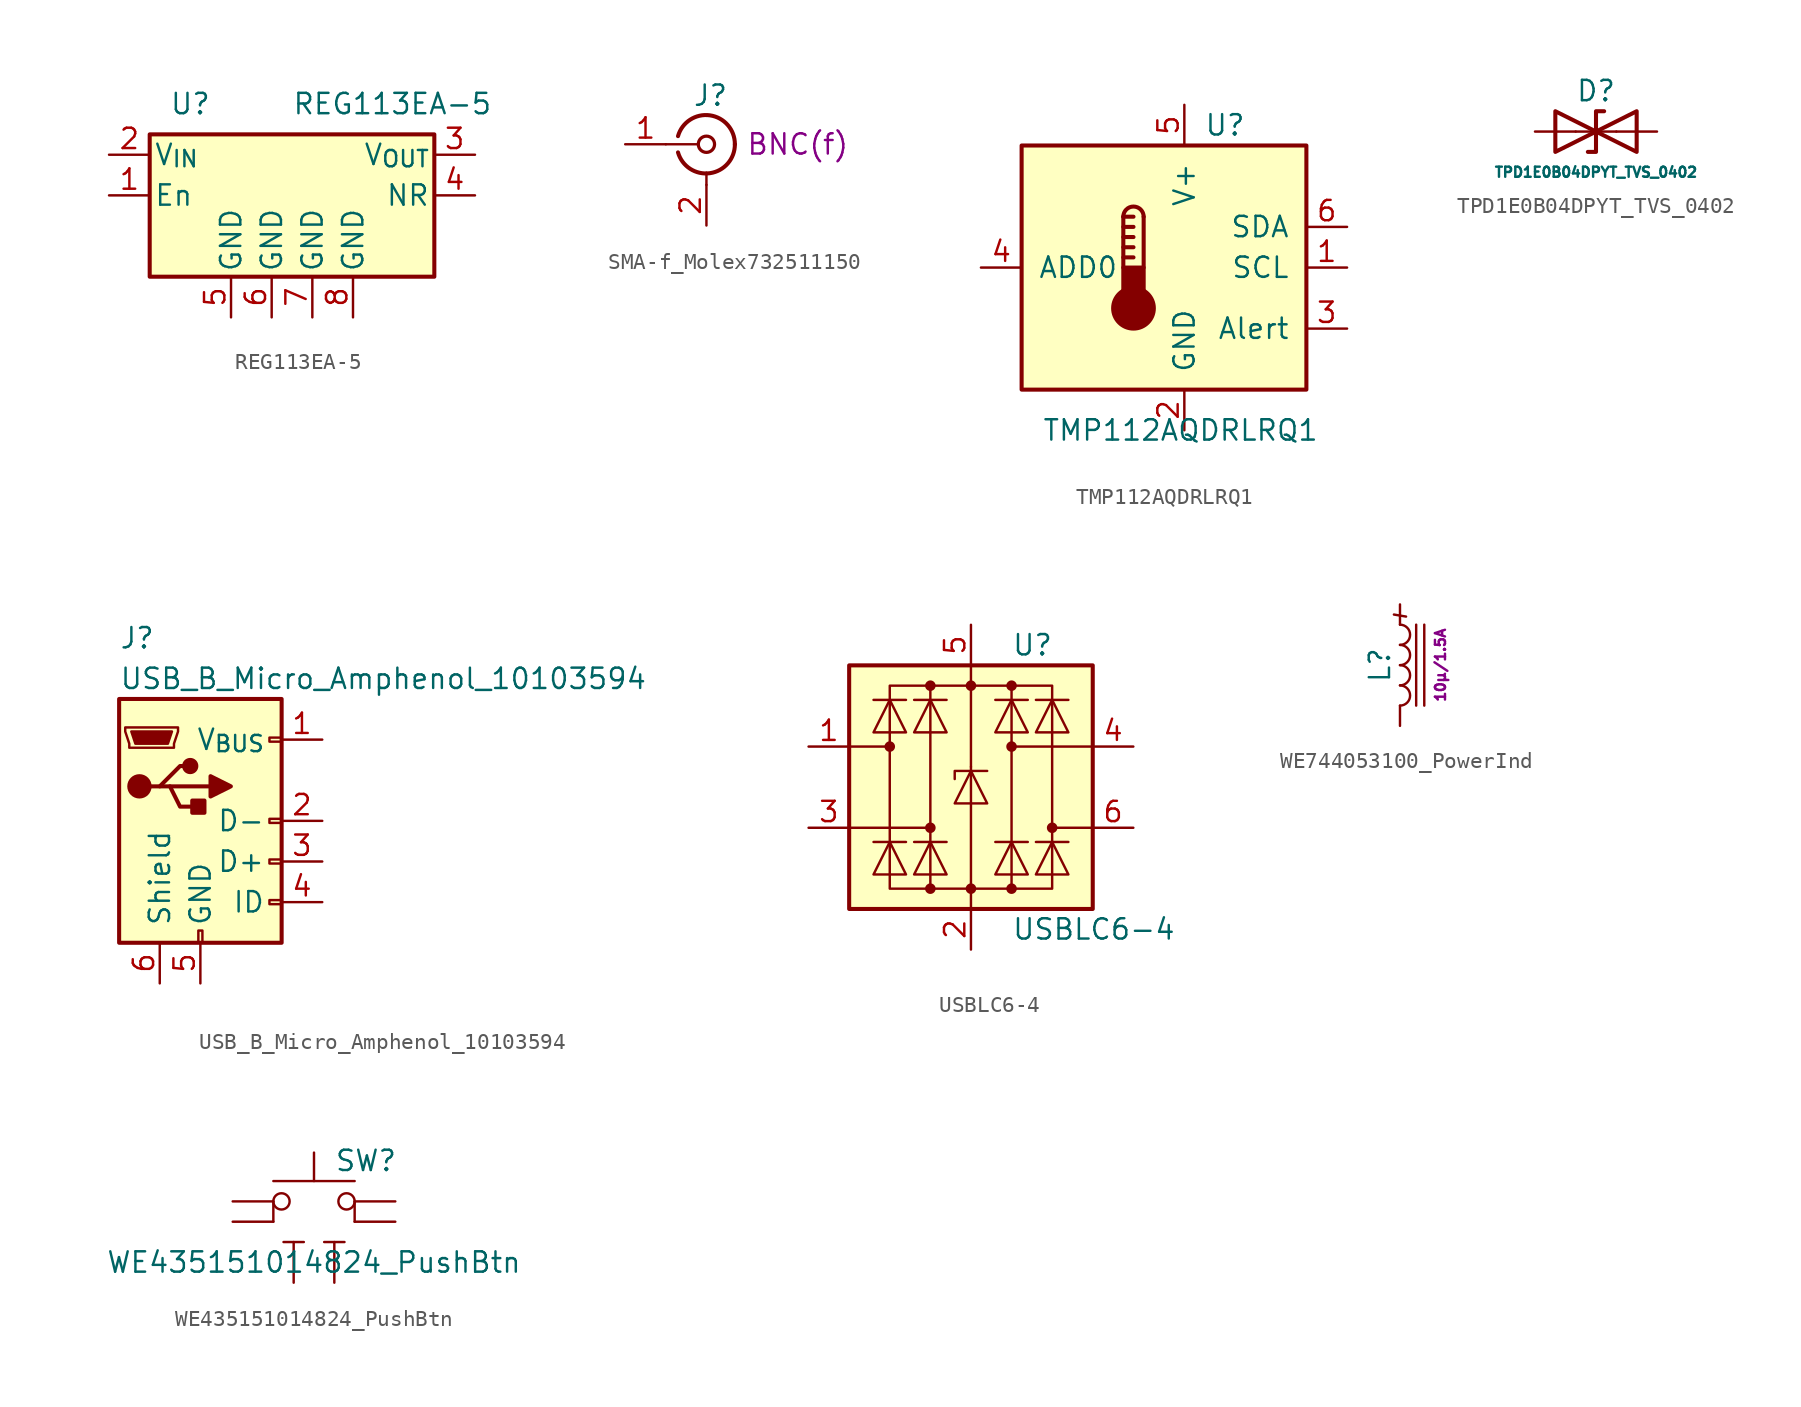
<source format=kicad_sym>
(kicad_symbol_lib
  (version 20211014)
  (generator kicad_symbol_editor)
  (symbol "REG113EA-5"
    (pin_names
      (offset 0.254))
    (property "Reference" "U"
      (at -6.35 5.715 0)
      (effects (font (size 1.27 1.27))))
    (property "Value" "REG113EA-5"
      (at 0 5.715 0)
      (effects (font (size 1.27 1.27)) (justify left)))
    (symbol "REG113EA-5_0_1"
      (rectangle (start -8.89 -5.08) (end 8.89 3.81) (stroke (width 0.254) (type default) (color 0 0 0 0)) (fill (type background))))
    (symbol "REG113EA-5_1_1"
      (pin input line (at -11.43 0 0) (length 2.54) (name "En" (effects (font (size 1.27 1.27)))) (number "1" (effects (font (size 1.27 1.27)))))
      (pin power_in line (at -11.43 2.54 0) (length 2.54) (name "V_{IN}" (effects (font (size 1.27 1.27)))) (number "2" (effects (font (size 1.27 1.27)))))
      (pin power_out line (at 11.43 2.54 180) (length 2.54) (name "V_{OUT}" (effects (font (size 1.27 1.27)))) (number "3" (effects (font (size 1.27 1.27)))))
      (pin passive line (at 11.43 0 180) (length 2.54) (name "NR" (effects (font (size 1.27 1.27)))) (number "4" (effects (font (size 1.27 1.27)))))
      (pin power_in line (at -3.81 -7.62 90) (length 2.54) (name "GND" (effects (font (size 1.27 1.27)))) (number "5" (effects (font (size 1.27 1.27)))))
      (pin power_in line (at -1.27 -7.62 90) (length 2.54) (name "GND" (effects (font (size 1.27 1.27)))) (number "6" (effects (font (size 1.27 1.27)))))
      (pin power_in line (at 1.27 -7.62 90) (length 2.54) (name "GND" (effects (font (size 1.27 1.27)))) (number "7" (effects (font (size 1.27 1.27)))))
      (pin power_in line (at 3.81 -7.62 90) (length 2.54) (name "GND" (effects (font (size 1.27 1.27)))) (number "8" (effects (font (size 1.27 1.27)))))))
  (symbol "SMA-f_Molex732511150"
    (pin_names
      (offset 1.016) hide)
    (property "Reference" "J"
      (at 0.254 3.048 0)
      (effects (font (size 1.27 1.27))))
    (property "Params" "BNC(f)"
      (at 5.715 0 0)
      (effects (font (size 1.27 1.27))))
    (symbol "SMA-f_Molex732511150_0_1"
      (arc (start -1.778 -0.508) (mid 0.2311 -1.8066) (end 1.778 0) (stroke (width 0.254) (type default) (color 0 0 0 0)) (fill (type none)))
      (polyline (pts (xy -2.54 0) (xy -0.508 0)) (stroke (width 0) (type default) (color 0 0 0 0)) (fill (type none)))
      (polyline (pts (xy 0 -2.54) (xy 0 -1.778)) (stroke (width 0) (type default) (color 0 0 0 0)) (fill (type none)))
      (circle (center 0 0) (radius 0.508) (stroke (width 0.203) (type default) (color 0 0 0 0)) (fill (type none)))
      (arc (start 1.778 0) (mid 0.2099 1.8101) (end -1.778 0.508) (stroke (width 0.254) (type default) (color 0 0 0 0)) (fill (type none))))
    (symbol "SMA-f_Molex732511150_1_1"
      (pin passive line (at -5.08 0 0) (length 2.54) (name "In" (effects (font (size 1.27 1.27)))) (number "1" (effects (font (size 1.27 1.27)))))
      (pin passive line (at 0 -5.08 90) (length 2.54) (name "Ext" (effects (font (size 1.27 1.27)))) (number "2" (effects (font (size 1.27 1.27)))))))
  (symbol "TMP112AQDRLRQ1"
    (pin_names
      (offset 1.016))
    (property "Reference" "U"
      (at 2.54 8.89 0)
      (effects (font (size 1.27 1.27))))
    (property "Value" "TMP112AQDRLRQ1"
      (at -8.89 -10.16 0)
      (effects (font (size 1.27 1.27)) (justify left)))
    (symbol "TMP112AQDRLRQ1_0_1"
      (rectangle (start -10.16 7.62) (end 7.62 -7.62) (stroke (width 0.254) (type default) (color 0 0 0 0)) (fill (type background)))
      (circle (center -3.175 -2.54) (radius 1.27) (stroke (width 0.254) (type default) (color 0 0 0 0)) (fill (type outline)))
      (rectangle (start -2.54 -1.905) (end -3.81 0) (stroke (width 0.254) (type default) (color 0 0 0 0)) (fill (type outline)))
      (arc (start -2.54 3.175) (mid -3.175 3.81) (end -3.81 3.175) (stroke (width 0.254) (type default) (color 0 0 0 0)) (fill (type none)))
      (polyline (pts (xy -3.81 0.635) (xy -3.175 0.635)) (stroke (width 0.254) (type default) (color 0 0 0 0)) (fill (type none)))
      (polyline (pts (xy -3.81 1.27) (xy -3.175 1.27)) (stroke (width 0.254) (type default) (color 0 0 0 0)) (fill (type none)))
      (polyline (pts (xy -3.81 1.905) (xy -3.175 1.905)) (stroke (width 0.254) (type default) (color 0 0 0 0)) (fill (type none)))
      (polyline (pts (xy -3.81 2.54) (xy -3.175 2.54)) (stroke (width 0.254) (type default) (color 0 0 0 0)) (fill (type none)))
      (polyline (pts (xy -3.81 3.175) (xy -3.81 0)) (stroke (width 0.254) (type default) (color 0 0 0 0)) (fill (type none)))
      (polyline (pts (xy -3.81 3.175) (xy -3.175 3.175)) (stroke (width 0.254) (type default) (color 0 0 0 0)) (fill (type none)))
      (polyline (pts (xy -2.54 3.175) (xy -2.54 0)) (stroke (width 0.254) (type default) (color 0 0 0 0)) (fill (type none))))
    (symbol "TMP112AQDRLRQ1_1_1"
      (pin open_collector line (at 10.16 0 180) (length 2.54) (name "SCL" (effects (font (size 1.27 1.27)))) (number "1" (effects (font (size 1.27 1.27)))))
      (pin power_in line (at 0 -10.16 90) (length 2.54) (name "GND" (effects (font (size 1.27 1.27)))) (number "2" (effects (font (size 1.27 1.27)))))
      (pin open_collector line (at 10.16 -3.81 180) (length 2.54) (name "Alert" (effects (font (size 1.27 1.27)))) (number "3" (effects (font (size 1.27 1.27)))))
      (pin input line (at -12.7 0 0) (length 2.54) (name "ADD0" (effects (font (size 1.27 1.27)))) (number "4" (effects (font (size 1.27 1.27)))))
      (pin power_in line (at 0 10.16 270) (length 2.54) (name "V+" (effects (font (size 1.27 1.27)))) (number "5" (effects (font (size 1.27 1.27)))))
      (pin open_collector line (at 10.16 2.54 180) (length 2.54) (name "SDA" (effects (font (size 1.27 1.27)))) (number "6" (effects (font (size 1.27 1.27)))))))
  (symbol "TPD1E0B04DPYT_TVS_0402"
    (pin_numbers hide)
    (pin_names
      (offset 1.016) hide)
    (property "Reference" "D"
      (at 0 2.54 0)
      (effects (font (size 1.27 1.27))))
    (property "Value" "TPD1E0B04DPYT_TVS_0402"
      (at 0 -2.54 0)
      (effects (font (size 0.63 0.63))))
    (symbol "TPD1E0B04DPYT_TVS_0402_0_1"
      (polyline (pts (xy 1.27 0) (xy -1.27 0)) (stroke (width 0) (type default) (color 0 0 0 0)) (fill (type none)))
      (polyline (pts (xy 0.508 1.27) (xy 0 1.27) (xy 0 -1.27) (xy -0.508 -1.27)) (stroke (width 0.254) (type default) (color 0 0 0 0)) (fill (type none)))
      (polyline (pts (xy -2.54 1.27) (xy -2.54 -1.27) (xy 2.54 1.27) (xy 2.54 -1.27) (xy -2.54 1.27)) (stroke (width 0.254) (type default) (color 0 0 0 0)) (fill (type none))))
    (symbol "TPD1E0B04DPYT_TVS_0402_1_1"
      (pin passive line (at -3.81 0 0) (length 2.54) (name "A1" (effects (font (size 1.27 1.27)))) (number "1" (effects (font (size 1.27 1.27)))))
      (pin passive line (at 3.81 0 180) (length 2.54) (name "A2" (effects (font (size 1.27 1.27)))) (number "2" (effects (font (size 1.27 1.27)))))))
  (symbol "USB_B_Micro_Amphenol_10103594"
    (pin_names
      (offset 1.016))
    (property "Reference" "J"
      (at -5.08 11.43 0)
      (effects (font (size 1.27 1.27)) (justify left)))
    (property "Value" "USB_B_Micro_Amphenol_10103594"
      (at -5.08 8.89 0)
      (effects (font (size 1.27 1.27)) (justify left)))
    (symbol "USB_B_Micro_Amphenol_10103594_0_1"
      (rectangle (start -5.08 -7.62) (end 5.08 7.62) (stroke (width 0.254) (type default) (color 0 0 0 0)) (fill (type background)))
      (circle (center -3.81 2.159) (radius 0.635) (stroke (width 0.254) (type default) (color 0 0 0 0)) (fill (type outline)))
      (circle (center -0.635 3.429) (radius 0.381) (stroke (width 0.254) (type default) (color 0 0 0 0)) (fill (type outline)))
      (rectangle (start -0.127 -7.62) (end 0.127 -6.858) (stroke (width 0) (type default) (color 0 0 0 0)) (fill (type none)))
      (polyline (pts (xy -1.905 2.159) (xy 0.635 2.159)) (stroke (width 0.254) (type default) (color 0 0 0 0)) (fill (type none)))
      (polyline (pts (xy -3.175 2.159) (xy -2.54 2.159) (xy -1.27 3.429) (xy -0.635 3.429)) (stroke (width 0.254) (type default) (color 0 0 0 0)) (fill (type none)))
      (polyline (pts (xy -2.54 2.159) (xy -1.905 2.159) (xy -1.27 0.889) (xy 0 0.889)) (stroke (width 0.254) (type default) (color 0 0 0 0)) (fill (type none)))
      (polyline (pts (xy 0.635 2.794) (xy 0.635 1.524) (xy 1.905 2.159) (xy 0.635 2.794)) (stroke (width 0.254) (type default) (color 0 0 0 0)) (fill (type outline)))
      (polyline (pts (xy -4.318 5.588) (xy -1.778 5.588) (xy -2.032 4.826) (xy -4.064 4.826) (xy -4.318 5.588)) (stroke (width 0) (type default) (color 0 0 0 0)) (fill (type outline)))
      (polyline (pts (xy -4.699 5.842) (xy -4.699 5.588) (xy -4.445 4.826) (xy -4.445 4.572) (xy -1.651 4.572) (xy -1.651 4.826) (xy -1.397 5.588) (xy -1.397 5.842) (xy -4.699 5.842)) (stroke (width 0) (type default) (color 0 0 0 0)) (fill (type none)))
      (rectangle (start 0.254 1.27) (end -0.508 0.508) (stroke (width 0.254) (type default) (color 0 0 0 0)) (fill (type outline)))
      (rectangle (start 5.08 -5.207) (end 4.318 -4.953) (stroke (width 0) (type default) (color 0 0 0 0)) (fill (type none)))
      (rectangle (start 5.08 -2.667) (end 4.318 -2.413) (stroke (width 0) (type default) (color 0 0 0 0)) (fill (type none)))
      (rectangle (start 5.08 -0.127) (end 4.318 0.127) (stroke (width 0) (type default) (color 0 0 0 0)) (fill (type none)))
      (rectangle (start 5.08 4.953) (end 4.318 5.207) (stroke (width 0) (type default) (color 0 0 0 0)) (fill (type none))))
    (symbol "USB_B_Micro_Amphenol_10103594_1_1"
      (pin power_out line (at 7.62 5.08 180) (length 2.54) (name "V_{BUS}" (effects (font (size 1.27 1.27)))) (number "1" (effects (font (size 1.27 1.27)))))
      (pin bidirectional line (at 7.62 0 180) (length 2.54) (name "D-" (effects (font (size 1.27 1.27)))) (number "2" (effects (font (size 1.27 1.27)))))
      (pin bidirectional line (at 7.62 -2.54 180) (length 2.54) (name "D+" (effects (font (size 1.27 1.27)))) (number "3" (effects (font (size 1.27 1.27)))))
      (pin passive line (at 7.62 -5.08 180) (length 2.54) (name "ID" (effects (font (size 1.27 1.27)))) (number "4" (effects (font (size 1.27 1.27)))))
      (pin power_out line (at 0 -10.16 90) (length 2.54) (name "GND" (effects (font (size 1.27 1.27)))) (number "5" (effects (font (size 1.27 1.27)))))
      (pin passive line (at -2.54 -10.16 90) (length 2.54) (name "Shield" (effects (font (size 1.27 1.27)))) (number "6" (effects (font (size 1.27 1.27)))))))
  (symbol "USBLC6-4"
    (pin_names hide)
    (property "Reference" "U"
      (at 2.54 8.89 0)
      (effects (font (size 1.27 1.27)) (justify left)))
    (property "Value" "USBLC6-4"
      (at 2.54 -8.89 0)
      (effects (font (size 1.27 1.27)) (justify left)))
    (symbol "USBLC6-4_0_1"
      (rectangle (start -7.62 -7.62) (end 7.62 7.62) (stroke (width 0.254) (type default) (color 0 0 0 0)) (fill (type background)))
      (circle (center -5.08 2.54) (radius 0.254) (stroke (width 0) (type default) (color 0 0 0 0)) (fill (type outline)))
      (circle (center -2.54 -6.35) (radius 0.254) (stroke (width 0) (type default) (color 0 0 0 0)) (fill (type outline)))
      (circle (center -2.54 -2.54) (radius 0.254) (stroke (width 0) (type default) (color 0 0 0 0)) (fill (type outline)))
      (circle (center -2.54 6.35) (radius 0.254) (stroke (width 0) (type default) (color 0 0 0 0)) (fill (type outline)))
      (rectangle (start -2.54 6.35) (end 2.54 -6.35) (stroke (width 0) (type default) (color 0 0 0 0)) (fill (type none)))
      (circle (center 0 -6.35) (radius 0.254) (stroke (width 0) (type default) (color 0 0 0 0)) (fill (type outline)))
      (polyline (pts (xy -5.08 2.54) (xy -7.62 2.54)) (stroke (width 0) (type default) (color 0 0 0 0)) (fill (type none)))
      (polyline (pts (xy -4.064 -3.429) (xy -6.096 -3.429)) (stroke (width 0) (type default) (color 0 0 0 0)) (fill (type none)))
      (polyline (pts (xy -4.064 5.461) (xy -6.096 5.461)) (stroke (width 0) (type default) (color 0 0 0 0)) (fill (type none)))
      (polyline (pts (xy -2.54 -2.54) (xy -7.62 -2.54)) (stroke (width 0) (type default) (color 0 0 0 0)) (fill (type none)))
      (polyline (pts (xy -1.524 -3.429) (xy -3.556 -3.429)) (stroke (width 0) (type default) (color 0 0 0 0)) (fill (type none)))
      (polyline (pts (xy -1.524 5.461) (xy -3.556 5.461)) (stroke (width 0) (type default) (color 0 0 0 0)) (fill (type none)))
      (polyline (pts (xy 0 -7.62) (xy 0 -6.35)) (stroke (width 0) (type default) (color 0 0 0 0)) (fill (type none)))
      (polyline (pts (xy 0 -6.35) (xy 0 1.27)) (stroke (width 0) (type default) (color 0 0 0 0)) (fill (type none)))
      (polyline (pts (xy 0 1.27) (xy 0 6.35)) (stroke (width 0) (type default) (color 0 0 0 0)) (fill (type none)))
      (polyline (pts (xy 0 6.35) (xy 0 7.62)) (stroke (width 0) (type default) (color 0 0 0 0)) (fill (type none)))
      (polyline (pts (xy 1.524 -3.429) (xy 3.556 -3.429)) (stroke (width 0) (type default) (color 0 0 0 0)) (fill (type none)))
      (polyline (pts (xy 1.524 5.461) (xy 3.556 5.461)) (stroke (width 0) (type default) (color 0 0 0 0)) (fill (type none)))
      (polyline (pts (xy 2.54 2.54) (xy 7.62 2.54)) (stroke (width 0) (type default) (color 0 0 0 0)) (fill (type none)))
      (polyline (pts (xy 4.064 -3.429) (xy 6.096 -3.429)) (stroke (width 0) (type default) (color 0 0 0 0)) (fill (type none)))
      (polyline (pts (xy 4.064 5.461) (xy 6.096 5.461)) (stroke (width 0) (type default) (color 0 0 0 0)) (fill (type none)))
      (polyline (pts (xy 5.08 -2.54) (xy 7.62 -2.54)) (stroke (width 0) (type default) (color 0 0 0 0)) (fill (type none)))
      (polyline (pts (xy -6.096 -5.461) (xy -4.064 -5.461) (xy -5.08 -3.429) (xy -6.096 -5.461)) (stroke (width 0) (type default) (color 0 0 0 0)) (fill (type none)))
      (polyline (pts (xy -6.096 3.429) (xy -4.064 3.429) (xy -5.08 5.461) (xy -6.096 3.429)) (stroke (width 0) (type default) (color 0 0 0 0)) (fill (type none)))
      (polyline (pts (xy -3.556 -5.461) (xy -1.524 -5.461) (xy -2.54 -3.429) (xy -3.556 -5.461)) (stroke (width 0) (type default) (color 0 0 0 0)) (fill (type none)))
      (polyline (pts (xy -3.556 3.429) (xy -1.524 3.429) (xy -2.54 5.461) (xy -3.556 3.429)) (stroke (width 0) (type default) (color 0 0 0 0)) (fill (type none)))
      (polyline (pts (xy -2.54 6.35) (xy -5.08 6.35) (xy -5.08 -6.35) (xy -2.54 -6.35)) (stroke (width 0) (type default) (color 0 0 0 0)) (fill (type none)))
      (polyline (pts (xy -1.016 -1.016) (xy 1.016 -1.016) (xy 0 1.016) (xy -1.016 -1.016)) (stroke (width 0) (type default) (color 0 0 0 0)) (fill (type none)))
      (polyline (pts (xy 1.016 1.016) (xy 0.762 1.016) (xy -1.016 1.016) (xy -1.016 0.508)) (stroke (width 0) (type default) (color 0 0 0 0)) (fill (type none)))
      (polyline (pts (xy 2.54 6.35) (xy 5.08 6.35) (xy 5.08 -6.35) (xy 2.54 -6.35)) (stroke (width 0) (type default) (color 0 0 0 0)) (fill (type none)))
      (polyline (pts (xy 3.556 -5.461) (xy 1.524 -5.461) (xy 2.54 -3.429) (xy 3.556 -5.461)) (stroke (width 0) (type default) (color 0 0 0 0)) (fill (type none)))
      (polyline (pts (xy 3.556 3.429) (xy 1.524 3.429) (xy 2.54 5.461) (xy 3.556 3.429)) (stroke (width 0) (type default) (color 0 0 0 0)) (fill (type none)))
      (polyline (pts (xy 6.096 -5.461) (xy 4.064 -5.461) (xy 5.08 -3.429) (xy 6.096 -5.461)) (stroke (width 0) (type default) (color 0 0 0 0)) (fill (type none)))
      (polyline (pts (xy 6.096 3.429) (xy 4.064 3.429) (xy 5.08 5.461) (xy 6.096 3.429)) (stroke (width 0) (type default) (color 0 0 0 0)) (fill (type none)))
      (circle (center 0 6.35) (radius 0.254) (stroke (width 0) (type default) (color 0 0 0 0)) (fill (type outline)))
      (circle (center 2.54 -6.35) (radius 0.254) (stroke (width 0) (type default) (color 0 0 0 0)) (fill (type outline)))
      (circle (center 2.54 2.54) (radius 0.254) (stroke (width 0) (type default) (color 0 0 0 0)) (fill (type outline)))
      (circle (center 2.54 6.35) (radius 0.254) (stroke (width 0) (type default) (color 0 0 0 0)) (fill (type outline)))
      (circle (center 5.08 -2.54) (radius 0.254) (stroke (width 0) (type default) (color 0 0 0 0)) (fill (type outline))))
    (symbol "USBLC6-4_1_1"
      (pin passive line (at -10.16 2.54 0) (length 2.54) (name "I/O1" (effects (font (size 1.27 1.27)))) (number "1" (effects (font (size 1.27 1.27)))))
      (pin passive line (at 0 -10.16 90) (length 2.54) (name "GND" (effects (font (size 1.27 1.27)))) (number "2" (effects (font (size 1.27 1.27)))))
      (pin passive line (at -10.16 -2.54 0) (length 2.54) (name "I/O2" (effects (font (size 1.27 1.27)))) (number "3" (effects (font (size 1.27 1.27)))))
      (pin passive line (at 10.16 2.54 180) (length 2.54) (name "I/O3" (effects (font (size 1.27 1.27)))) (number "4" (effects (font (size 1.27 1.27)))))
      (pin passive line (at 0 10.16 270) (length 2.54) (name "VBUS" (effects (font (size 1.27 1.27)))) (number "5" (effects (font (size 1.27 1.27)))))
      (pin passive line (at 10.16 -2.54 180) (length 2.54) (name "I/O4" (effects (font (size 1.27 1.27)))) (number "6" (effects (font (size 1.27 1.27)))))))
  (symbol "WE744053100_PowerInd"
    (pin_numbers hide)
    (pin_names
      (offset 1.016) hide)
    (property "Reference" "L"
      (at -1.27 0 90)
      (effects (font (size 1.27 1.27))))
    (property "Params" "10µ/1.5A"
      (at 2.54 0 90)
      (effects (font (size 0.63 0.63))))
    (symbol "WE744053100_PowerInd_0_1"
      (arc (start 0 -2.54) (mid 0.635 -1.905) (end 0 -1.27) (stroke (width 0) (type default) (color 0 0 0 0)) (fill (type none)))
      (arc (start 0 -1.27) (mid 0.635 -0.635) (end 0 0) (stroke (width 0) (type default) (color 0 0 0 0)) (fill (type none)))
      (polyline (pts (xy -0.381 3.175) (xy 0.381 3.048)) (stroke (width 0) (type default) (color 0 0 0 0)) (fill (type none)))
      (polyline (pts (xy 1.016 2.54) (xy 1.016 -2.54)) (stroke (width 0) (type default) (color 0 0 0 0)) (fill (type none)))
      (polyline (pts (xy 1.524 -2.54) (xy 1.524 2.54)) (stroke (width 0) (type default) (color 0 0 0 0)) (fill (type none)))
      (arc (start 0 0) (mid 0.635 0.635) (end 0 1.27) (stroke (width 0) (type default) (color 0 0 0 0)) (fill (type none)))
      (arc (start 0 1.27) (mid 0.635 1.905) (end 0 2.54) (stroke (width 0) (type default) (color 0 0 0 0)) (fill (type none))))
    (symbol "WE744053100_PowerInd_1_1"
      (pin passive line (at 0 3.81 270) (length 1.27) (name "1" (effects (font (size 1.27 1.27)))) (number "1" (effects (font (size 1.27 1.27)))))
      (pin passive line (at 0 -3.81 90) (length 1.27) (name "2" (effects (font (size 1.27 1.27)))) (number "2" (effects (font (size 1.27 1.27)))))))
  (symbol "WE435151014824_PushBtn"
    (pin_numbers hide)
    (pin_names
      (offset 1.016) hide)
    (property "Reference" "SW"
      (at 1.27 2.54 0)
      (effects (font (size 1.27 1.27)) (justify left)))
    (property "Value" "WE435151014824_PushBtn"
      (at 0 -3.81 0)
      (effects (font (size 1.27 1.27))))
    (symbol "WE435151014824_PushBtn_0_1"
      (circle (center -2.032 0) (radius 0.508) (stroke (width 0) (type default) (color 0 0 0 0)) (fill (type none)))
      (polyline (pts (xy -2.54 -1.27) (xy -2.54 0)) (stroke (width 0) (type default) (color 0 0 0 0)) (fill (type none)))
      (polyline (pts (xy -1.905 -2.54) (xy -0.635 -2.54)) (stroke (width 0) (type default) (color 0 0 0 0)) (fill (type none)))
      (polyline (pts (xy 0 1.27) (xy 0 3.048)) (stroke (width 0) (type default) (color 0 0 0 0)) (fill (type none)))
      (polyline (pts (xy 0.635 -2.54) (xy 1.905 -2.54)) (stroke (width 0) (type default) (color 0 0 0 0)) (fill (type none)))
      (polyline (pts (xy 2.54 -1.27) (xy 2.54 0)) (stroke (width 0) (type default) (color 0 0 0 0)) (fill (type none)))
      (polyline (pts (xy 2.54 1.27) (xy -2.54 1.27)) (stroke (width 0) (type default) (color 0 0 0 0)) (fill (type none)))
      (circle (center 2.032 0) (radius 0.508) (stroke (width 0) (type default) (color 0 0 0 0)) (fill (type none)))
      (pin passive line (at -5.08 -1.27 0) (length 2.54) (name "A" (effects (font (size 1.27 1.27)))) (number "1" (effects (font (size 1.27 1.27)))))
      (pin passive line (at 5.08 -1.27 180) (length 2.54) (name "B" (effects (font (size 1.27 1.27)))) (number "2" (effects (font (size 1.27 1.27)))))
      (pin passive line (at -5.08 0 0) (length 2.54) (name "A" (effects (font (size 1.27 1.27)))) (number "3" (effects (font (size 1.27 1.27)))))
      (pin passive line (at 5.08 0 180) (length 2.54) (name "B" (effects (font (size 1.27 1.27)))) (number "4" (effects (font (size 1.27 1.27)))))
      (pin passive line (at -1.27 -5.08 90) (length 2.54) (name "GND" (effects (font (size 1.27 1.27)))) (number "5" (effects (font (size 1.27 1.27)))))
      (pin passive line (at 1.27 -5.08 90) (length 2.54) (name "GND" (effects (font (size 1.27 1.27)))) (number "6" (effects (font (size 1.27 1.27))))))))
</source>
